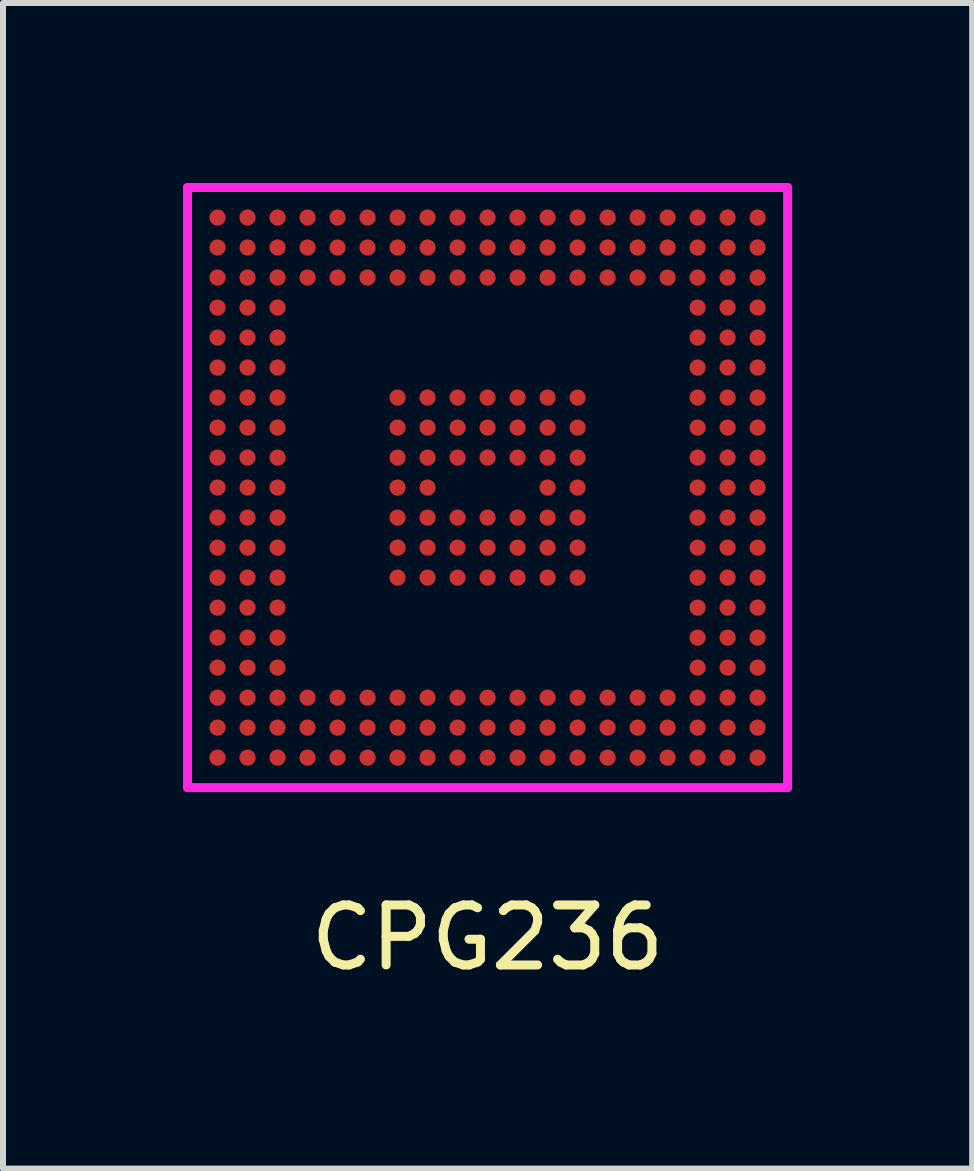
<source format=kicad_pcb>
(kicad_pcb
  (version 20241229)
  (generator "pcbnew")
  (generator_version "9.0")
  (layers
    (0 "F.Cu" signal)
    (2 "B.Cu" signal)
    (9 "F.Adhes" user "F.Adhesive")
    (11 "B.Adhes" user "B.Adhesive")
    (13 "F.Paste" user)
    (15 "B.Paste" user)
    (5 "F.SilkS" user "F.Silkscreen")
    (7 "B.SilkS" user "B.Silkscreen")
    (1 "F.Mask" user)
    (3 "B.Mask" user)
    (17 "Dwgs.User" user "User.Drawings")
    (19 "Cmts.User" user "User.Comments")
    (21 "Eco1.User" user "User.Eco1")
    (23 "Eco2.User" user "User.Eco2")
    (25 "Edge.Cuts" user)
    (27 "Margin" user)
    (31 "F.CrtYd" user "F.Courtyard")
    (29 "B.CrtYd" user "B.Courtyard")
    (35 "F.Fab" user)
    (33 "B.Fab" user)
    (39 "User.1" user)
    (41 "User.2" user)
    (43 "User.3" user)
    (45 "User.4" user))
  (footprint "CPG236"
    (layer "F.Cu")
    (at 5.075 5.075)
    (property "Reference" "CPG236" (at 0 7.5 0) (layer "F.SilkS") (effects (font (size 1 1) (thickness 0.15))))
    (attr through_hole)
    (fp_line (start -5 -5) (end 5 -5) (stroke (width 0.15) (type solid)) (layer "F.CrtYd"))
    (fp_line (start -5 5) (end -5 -5) (stroke (width 0.15) (type solid)) (layer "F.CrtYd"))
    (fp_line (start 5 -5) (end 5 5) (stroke (width 0.15) (type solid)) (layer "F.CrtYd"))
    (fp_line (start 5 5) (end -5 5) (stroke (width 0.15) (type solid)) (layer "F.CrtYd"))
    (pad "A1" smd circle (at -4.5 -4.5) (size 0.27 0.27) (layers "F.Cu" "F.Mask" "F.Paste"))
    (pad "A2" smd circle (at -4 -4.5) (size 0.27 0.27) (layers "F.Cu" "F.Mask" "F.Paste"))
    (pad "A3" smd circle (at -3.5 -4.5) (size 0.27 0.27) (layers "F.Cu" "F.Mask" "F.Paste"))
    (pad "A4" smd circle (at -3 -4.5) (size 0.27 0.27) (layers "F.Cu" "F.Mask" "F.Paste"))
    (pad "A5" smd circle (at -2.5 -4.5) (size 0.27 0.27) (layers "F.Cu" "F.Mask" "F.Paste"))
    (pad "A6" smd circle (at -2 -4.5) (size 0.27 0.27) (layers "F.Cu" "F.Mask" "F.Paste"))
    (pad "A7" smd circle (at -1.5 -4.5) (size 0.27 0.27) (layers "F.Cu" "F.Mask" "F.Paste"))
    (pad "A8" smd circle (at -1 -4.5) (size 0.27 0.27) (layers "F.Cu" "F.Mask" "F.Paste"))
    (pad "A9" smd circle (at -0.5 -4.5) (size 0.27 0.27) (layers "F.Cu" "F.Mask" "F.Paste"))
    (pad "A10" smd circle (at 0 -4.5) (size 0.27 0.27) (layers "F.Cu" "F.Mask" "F.Paste"))
    (pad "A11" smd circle (at 0.5 -4.5) (size 0.27 0.27) (layers "F.Cu" "F.Mask" "F.Paste"))
    (pad "A12" smd circle (at 1 -4.5) (size 0.27 0.27) (layers "F.Cu" "F.Mask" "F.Paste"))
    (pad "A13" smd circle (at 1.5 -4.5) (size 0.27 0.27) (layers "F.Cu" "F.Mask" "F.Paste"))
    (pad "A14" smd circle (at 2 -4.5) (size 0.27 0.27) (layers "F.Cu" "F.Mask" "F.Paste"))
    (pad "A15" smd circle (at 2.5 -4.5) (size 0.27 0.27) (layers "F.Cu" "F.Mask" "F.Paste"))
    (pad "A16" smd circle (at 3 -4.5) (size 0.27 0.27) (layers "F.Cu" "F.Mask" "F.Paste"))
    (pad "A17" smd circle (at 3.5 -4.5) (size 0.27 0.27) (layers "F.Cu" "F.Mask" "F.Paste"))
    (pad "A18" smd circle (at 4 -4.5) (size 0.27 0.27) (layers "F.Cu" "F.Mask" "F.Paste"))
    (pad "A19" smd circle (at 4.5 -4.5) (size 0.27 0.27) (layers "F.Cu" "F.Mask" "F.Paste"))
    (pad "B1" smd circle (at -4.5 -4) (size 0.27 0.27) (layers "F.Cu" "F.Mask" "F.Paste"))
    (pad "B2" smd circle (at -4 -4) (size 0.27 0.27) (layers "F.Cu" "F.Mask" "F.Paste"))
    (pad "B3" smd circle (at -3.5 -4) (size 0.27 0.27) (layers "F.Cu" "F.Mask" "F.Paste"))
    (pad "B4" smd circle (at -3 -4) (size 0.27 0.27) (layers "F.Cu" "F.Mask" "F.Paste"))
    (pad "B5" smd circle (at -2.5 -4) (size 0.27 0.27) (layers "F.Cu" "F.Mask" "F.Paste"))
    (pad "B6" smd circle (at -2 -4) (size 0.27 0.27) (layers "F.Cu" "F.Mask" "F.Paste"))
    (pad "B7" smd circle (at -1.5 -4) (size 0.27 0.27) (layers "F.Cu" "F.Mask" "F.Paste"))
    (pad "B8" smd circle (at -1 -4) (size 0.27 0.27) (layers "F.Cu" "F.Mask" "F.Paste"))
    (pad "B9" smd circle (at -0.5 -4) (size 0.27 0.27) (layers "F.Cu" "F.Mask" "F.Paste"))
    (pad "B10" smd circle (at 0 -4) (size 0.27 0.27) (layers "F.Cu" "F.Mask" "F.Paste"))
    (pad "B11" smd circle (at 0.5 -4) (size 0.27 0.27) (layers "F.Cu" "F.Mask" "F.Paste"))
    (pad "B12" smd circle (at 1 -4) (size 0.27 0.27) (layers "F.Cu" "F.Mask" "F.Paste"))
    (pad "B13" smd circle (at 1.5 -4) (size 0.27 0.27) (layers "F.Cu" "F.Mask" "F.Paste"))
    (pad "B14" smd circle (at 2 -4) (size 0.27 0.27) (layers "F.Cu" "F.Mask" "F.Paste"))
    (pad "B15" smd circle (at 2.5 -4) (size 0.27 0.27) (layers "F.Cu" "F.Mask" "F.Paste"))
    (pad "B16" smd circle (at 3 -4) (size 0.27 0.27) (layers "F.Cu" "F.Mask" "F.Paste"))
    (pad "B17" smd circle (at 3.5 -4) (size 0.27 0.27) (layers "F.Cu" "F.Mask" "F.Paste"))
    (pad "B18" smd circle (at 4 -4) (size 0.27 0.27) (layers "F.Cu" "F.Mask" "F.Paste"))
    (pad "B19" smd circle (at 4.5 -4) (size 0.27 0.27) (layers "F.Cu" "F.Mask" "F.Paste"))
    (pad "C1" smd circle (at -4.5 -3.5) (size 0.27 0.27) (layers "F.Cu" "F.Mask" "F.Paste"))
    (pad "C2" smd circle (at -4 -3.5) (size 0.27 0.27) (layers "F.Cu" "F.Mask" "F.Paste"))
    (pad "C3" smd circle (at -3.5 -3.5) (size 0.27 0.27) (layers "F.Cu" "F.Mask" "F.Paste"))
    (pad "C4" smd circle (at -3 -3.5) (size 0.27 0.27) (layers "F.Cu" "F.Mask" "F.Paste"))
    (pad "C5" smd circle (at -2.5 -3.5) (size 0.27 0.27) (layers "F.Cu" "F.Mask" "F.Paste"))
    (pad "C6" smd circle (at -2 -3.5) (size 0.27 0.27) (layers "F.Cu" "F.Mask" "F.Paste"))
    (pad "C7" smd circle (at -1.5 -3.5) (size 0.27 0.27) (layers "F.Cu" "F.Mask" "F.Paste"))
    (pad "C8" smd circle (at -1 -3.5) (size 0.27 0.27) (layers "F.Cu" "F.Mask" "F.Paste"))
    (pad "C9" smd circle (at -0.5 -3.5) (size 0.27 0.27) (layers "F.Cu" "F.Mask" "F.Paste"))
    (pad "C10" smd circle (at 0 -3.5) (size 0.27 0.27) (layers "F.Cu" "F.Mask" "F.Paste"))
    (pad "C11" smd circle (at 0.5 -3.5) (size 0.27 0.27) (layers "F.Cu" "F.Mask" "F.Paste"))
    (pad "C12" smd circle (at 1 -3.5) (size 0.27 0.27) (layers "F.Cu" "F.Mask" "F.Paste"))
    (pad "C13" smd circle (at 1.5 -3.5) (size 0.27 0.27) (layers "F.Cu" "F.Mask" "F.Paste"))
    (pad "C14" smd circle (at 2 -3.5) (size 0.27 0.27) (layers "F.Cu" "F.Mask" "F.Paste"))
    (pad "C15" smd circle (at 2.5 -3.5) (size 0.27 0.27) (layers "F.Cu" "F.Mask" "F.Paste"))
    (pad "C16" smd circle (at 3 -3.5) (size 0.27 0.27) (layers "F.Cu" "F.Mask" "F.Paste"))
    (pad "C17" smd circle (at 3.5 -3.5) (size 0.27 0.27) (layers "F.Cu" "F.Mask" "F.Paste"))
    (pad "C18" smd circle (at 4 -3.5) (size 0.27 0.27) (layers "F.Cu" "F.Mask" "F.Paste"))
    (pad "C19" smd circle (at 4.5 -3.5) (size 0.27 0.27) (layers "F.Cu" "F.Mask" "F.Paste"))
    (pad "D1" smd circle (at -4.5 -3) (size 0.27 0.27) (layers "F.Cu" "F.Mask" "F.Paste"))
    (pad "D2" smd circle (at -4 -3) (size 0.27 0.27) (layers "F.Cu" "F.Mask" "F.Paste"))
    (pad "D3" smd circle (at -3.5 -3) (size 0.27 0.27) (layers "F.Cu" "F.Mask" "F.Paste"))
    (pad "D17" smd circle (at 3.5 -3) (size 0.27 0.27) (layers "F.Cu" "F.Mask" "F.Paste"))
    (pad "D18" smd circle (at 4 -3) (size 0.27 0.27) (layers "F.Cu" "F.Mask" "F.Paste"))
    (pad "D19" smd circle (at 4.5 -3) (size 0.27 0.27) (layers "F.Cu" "F.Mask" "F.Paste"))
    (pad "E1" smd circle (at -4.5 -2.5) (size 0.27 0.27) (layers "F.Cu" "F.Mask" "F.Paste"))
    (pad "E2" smd circle (at -4 -2.5) (size 0.27 0.27) (layers "F.Cu" "F.Mask" "F.Paste"))
    (pad "E3" smd circle (at -3.5 -2.5) (size 0.27 0.27) (layers "F.Cu" "F.Mask" "F.Paste"))
    (pad "E17" smd circle (at 3.5 -2.5) (size 0.27 0.27) (layers "F.Cu" "F.Mask" "F.Paste"))
    (pad "E18" smd circle (at 4 -2.5) (size 0.27 0.27) (layers "F.Cu" "F.Mask" "F.Paste"))
    (pad "E19" smd circle (at 4.5 -2.5) (size 0.27 0.27) (layers "F.Cu" "F.Mask" "F.Paste"))
    (pad "F1" smd circle (at -4.5 -2) (size 0.27 0.27) (layers "F.Cu" "F.Mask" "F.Paste"))
    (pad "F2" smd circle (at -4 -2) (size 0.27 0.27) (layers "F.Cu" "F.Mask" "F.Paste"))
    (pad "F3" smd circle (at -3.5 -2) (size 0.27 0.27) (layers "F.Cu" "F.Mask" "F.Paste"))
    (pad "F17" smd circle (at 3.5 -2) (size 0.27 0.27) (layers "F.Cu" "F.Mask" "F.Paste"))
    (pad "F18" smd circle (at 4 -2) (size 0.27 0.27) (layers "F.Cu" "F.Mask" "F.Paste"))
    (pad "F19" smd circle (at 4.5 -2) (size 0.27 0.27) (layers "F.Cu" "F.Mask" "F.Paste"))
    (pad "G1" smd circle (at -4.5 -1.5) (size 0.27 0.27) (layers "F.Cu" "F.Mask" "F.Paste"))
    (pad "G2" smd circle (at -4 -1.5) (size 0.27 0.27) (layers "F.Cu" "F.Mask" "F.Paste"))
    (pad "G3" smd circle (at -3.5 -1.5) (size 0.27 0.27) (layers "F.Cu" "F.Mask" "F.Paste"))
    (pad "G7" smd circle (at -1.5 -1.5) (size 0.27 0.27) (layers "F.Cu" "F.Mask" "F.Paste"))
    (pad "G8" smd circle (at -1 -1.5) (size 0.27 0.27) (layers "F.Cu" "F.Mask" "F.Paste"))
    (pad "G9" smd circle (at -0.5 -1.5) (size 0.27 0.27) (layers "F.Cu" "F.Mask" "F.Paste"))
    (pad "G10" smd circle (at 0 -1.5) (size 0.27 0.27) (layers "F.Cu" "F.Mask" "F.Paste"))
    (pad "G11" smd circle (at 0.5 -1.5) (size 0.27 0.27) (layers "F.Cu" "F.Mask" "F.Paste"))
    (pad "G12" smd circle (at 1 -1.5) (size 0.27 0.27) (layers "F.Cu" "F.Mask" "F.Paste"))
    (pad "G13" smd circle (at 1.5 -1.5) (size 0.27 0.27) (layers "F.Cu" "F.Mask" "F.Paste"))
    (pad "G17" smd circle (at 3.5 -1.5) (size 0.27 0.27) (layers "F.Cu" "F.Mask" "F.Paste"))
    (pad "G18" smd circle (at 4 -1.5) (size 0.27 0.27) (layers "F.Cu" "F.Mask" "F.Paste"))
    (pad "G19" smd circle (at 4.5 -1.5) (size 0.27 0.27) (layers "F.Cu" "F.Mask" "F.Paste"))
    (pad "H1" smd circle (at -4.5 -1) (size 0.27 0.27) (layers "F.Cu" "F.Mask" "F.Paste"))
    (pad "H2" smd circle (at -4 -1) (size 0.27 0.27) (layers "F.Cu" "F.Mask" "F.Paste"))
    (pad "H3" smd circle (at -3.5 -1) (size 0.27 0.27) (layers "F.Cu" "F.Mask" "F.Paste"))
    (pad "H7" smd circle (at -1.5 -1) (size 0.27 0.27) (layers "F.Cu" "F.Mask" "F.Paste"))
    (pad "H8" smd circle (at -1 -1) (size 0.27 0.27) (layers "F.Cu" "F.Mask" "F.Paste"))
    (pad "H9" smd circle (at -0.5 -1) (size 0.27 0.27) (layers "F.Cu" "F.Mask" "F.Paste"))
    (pad "H10" smd circle (at 0 -1) (size 0.27 0.27) (layers "F.Cu" "F.Mask" "F.Paste"))
    (pad "H11" smd circle (at 0.5 -1) (size 0.27 0.27) (layers "F.Cu" "F.Mask" "F.Paste"))
    (pad "H12" smd circle (at 1 -1) (size 0.27 0.27) (layers "F.Cu" "F.Mask" "F.Paste"))
    (pad "H13" smd circle (at 1.5 -1) (size 0.27 0.27) (layers "F.Cu" "F.Mask" "F.Paste"))
    (pad "H17" smd circle (at 3.5 -1) (size 0.27 0.27) (layers "F.Cu" "F.Mask" "F.Paste"))
    (pad "H18" smd circle (at 4 -1) (size 0.27 0.27) (layers "F.Cu" "F.Mask" "F.Paste"))
    (pad "H19" smd circle (at 4.5 -1) (size 0.27 0.27) (layers "F.Cu" "F.Mask" "F.Paste"))
    (pad "J1" smd circle (at -4.5 -0.5) (size 0.27 0.27) (layers "F.Cu" "F.Mask" "F.Paste"))
    (pad "J2" smd circle (at -4 -0.5) (size 0.27 0.27) (layers "F.Cu" "F.Mask" "F.Paste"))
    (pad "J3" smd circle (at -3.5 -0.5) (size 0.27 0.27) (layers "F.Cu" "F.Mask" "F.Paste"))
    (pad "J7" smd circle (at -1.5 -0.5) (size 0.27 0.27) (layers "F.Cu" "F.Mask" "F.Paste"))
    (pad "J8" smd circle (at -1 -0.5) (size 0.27 0.27) (layers "F.Cu" "F.Mask" "F.Paste"))
    (pad "J9" smd circle (at -0.5 -0.5) (size 0.27 0.27) (layers "F.Cu" "F.Mask" "F.Paste"))
    (pad "J10" smd circle (at 0 -0.5) (size 0.27 0.27) (layers "F.Cu" "F.Mask" "F.Paste"))
    (pad "J11" smd circle (at 0.5 -0.5) (size 0.27 0.27) (layers "F.Cu" "F.Mask" "F.Paste"))
    (pad "J12" smd circle (at 1 -0.5) (size 0.27 0.27) (layers "F.Cu" "F.Mask" "F.Paste"))
    (pad "J13" smd circle (at 1.5 -0.5) (size 0.27 0.27) (layers "F.Cu" "F.Mask" "F.Paste"))
    (pad "J17" smd circle (at 3.5 -0.5) (size 0.27 0.27) (layers "F.Cu" "F.Mask" "F.Paste"))
    (pad "J18" smd circle (at 4 -0.5) (size 0.27 0.27) (layers "F.Cu" "F.Mask" "F.Paste"))
    (pad "J19" smd circle (at 4.5 -0.5) (size 0.27 0.27) (layers "F.Cu" "F.Mask" "F.Paste"))
    (pad "K1" smd circle (at -4.5 0) (size 0.27 0.27) (layers "F.Cu" "F.Mask" "F.Paste"))
    (pad "K2" smd circle (at -4 0) (size 0.27 0.27) (layers "F.Cu" "F.Mask" "F.Paste"))
    (pad "K3" smd circle (at -3.5 0) (size 0.27 0.27) (layers "F.Cu" "F.Mask" "F.Paste"))
    (pad "K7" smd circle (at -1.5 0) (size 0.27 0.27) (layers "F.Cu" "F.Mask" "F.Paste"))
    (pad "K8" smd circle (at -1 0) (size 0.27 0.27) (layers "F.Cu" "F.Mask" "F.Paste"))
    (pad "K12" smd circle (at 1 0) (size 0.27 0.27) (layers "F.Cu" "F.Mask" "F.Paste"))
    (pad "K13" smd circle (at 1.5 0) (size 0.27 0.27) (layers "F.Cu" "F.Mask" "F.Paste"))
    (pad "K17" smd circle (at 3.5 0) (size 0.27 0.27) (layers "F.Cu" "F.Mask" "F.Paste"))
    (pad "K18" smd circle (at 4 0) (size 0.27 0.27) (layers "F.Cu" "F.Mask" "F.Paste"))
    (pad "K19" smd circle (at 4.5 0) (size 0.27 0.27) (layers "F.Cu" "F.Mask" "F.Paste"))
    (pad "L1" smd circle (at -4.5 0.5) (size 0.27 0.27) (layers "F.Cu" "F.Mask" "F.Paste"))
    (pad "L2" smd circle (at -4 0.5) (size 0.27 0.27) (layers "F.Cu" "F.Mask" "F.Paste"))
    (pad "L3" smd circle (at -3.5 0.5) (size 0.27 0.27) (layers "F.Cu" "F.Mask" "F.Paste"))
    (pad "L7" smd circle (at -1.5 0.5) (size 0.27 0.27) (layers "F.Cu" "F.Mask" "F.Paste"))
    (pad "L8" smd circle (at -1 0.5) (size 0.27 0.27) (layers "F.Cu" "F.Mask" "F.Paste"))
    (pad "L9" smd circle (at -0.5 0.5) (size 0.27 0.27) (layers "F.Cu" "F.Mask" "F.Paste"))
    (pad "L10" smd circle (at 0 0.5) (size 0.27 0.27) (layers "F.Cu" "F.Mask" "F.Paste"))
    (pad "L11" smd circle (at 0.5 0.5) (size 0.27 0.27) (layers "F.Cu" "F.Mask" "F.Paste"))
    (pad "L12" smd circle (at 1 0.5) (size 0.27 0.27) (layers "F.Cu" "F.Mask" "F.Paste"))
    (pad "L13" smd circle (at 1.5 0.5) (size 0.27 0.27) (layers "F.Cu" "F.Mask" "F.Paste"))
    (pad "L17" smd circle (at 3.5 0.5) (size 0.27 0.27) (layers "F.Cu" "F.Mask" "F.Paste"))
    (pad "L18" smd circle (at 4 0.5) (size 0.27 0.27) (layers "F.Cu" "F.Mask" "F.Paste"))
    (pad "L19" smd circle (at 4.5 0.5) (size 0.27 0.27) (layers "F.Cu" "F.Mask" "F.Paste"))
    (pad "M1" smd circle (at -4.5 1) (size 0.27 0.27) (layers "F.Cu" "F.Mask" "F.Paste"))
    (pad "M2" smd circle (at -4 1) (size 0.27 0.27) (layers "F.Cu" "F.Mask" "F.Paste"))
    (pad "M3" smd circle (at -3.5 1) (size 0.27 0.27) (layers "F.Cu" "F.Mask" "F.Paste"))
    (pad "M7" smd circle (at -1.5 1) (size 0.27 0.27) (layers "F.Cu" "F.Mask" "F.Paste"))
    (pad "M8" smd circle (at -1 1) (size 0.27 0.27) (layers "F.Cu" "F.Mask" "F.Paste"))
    (pad "M9" smd circle (at -0.5 1) (size 0.27 0.27) (layers "F.Cu" "F.Mask" "F.Paste"))
    (pad "M10" smd circle (at 0 1) (size 0.27 0.27) (layers "F.Cu" "F.Mask" "F.Paste"))
    (pad "M11" smd circle (at 0.5 1) (size 0.27 0.27) (layers "F.Cu" "F.Mask" "F.Paste"))
    (pad "M12" smd circle (at 1 1) (size 0.27 0.27) (layers "F.Cu" "F.Mask" "F.Paste"))
    (pad "M13" smd circle (at 1.5 1) (size 0.27 0.27) (layers "F.Cu" "F.Mask" "F.Paste"))
    (pad "M17" smd circle (at 3.5 1) (size 0.27 0.27) (layers "F.Cu" "F.Mask" "F.Paste"))
    (pad "M18" smd circle (at 4 1) (size 0.27 0.27) (layers "F.Cu" "F.Mask" "F.Paste"))
    (pad "M19" smd circle (at 4.5 1) (size 0.27 0.27) (layers "F.Cu" "F.Mask" "F.Paste"))
    (pad "N1" smd circle (at -4.5 1.5) (size 0.27 0.27) (layers "F.Cu" "F.Mask" "F.Paste"))
    (pad "N2" smd circle (at -4 1.5) (size 0.27 0.27) (layers "F.Cu" "F.Mask" "F.Paste"))
    (pad "N3" smd circle (at -3.5 1.5) (size 0.27 0.27) (layers "F.Cu" "F.Mask" "F.Paste"))
    (pad "N7" smd circle (at -1.5 1.5) (size 0.27 0.27) (layers "F.Cu" "F.Mask" "F.Paste"))
    (pad "N8" smd circle (at -1 1.5) (size 0.27 0.27) (layers "F.Cu" "F.Mask" "F.Paste"))
    (pad "N9" smd circle (at -0.5 1.5) (size 0.27 0.27) (layers "F.Cu" "F.Mask" "F.Paste"))
    (pad "N10" smd circle (at 0 1.5) (size 0.27 0.27) (layers "F.Cu" "F.Mask" "F.Paste"))
    (pad "N11" smd circle (at 0.5 1.5) (size 0.27 0.27) (layers "F.Cu" "F.Mask" "F.Paste"))
    (pad "N12" smd circle (at 1 1.5) (size 0.27 0.27) (layers "F.Cu" "F.Mask" "F.Paste"))
    (pad "N13" smd circle (at 1.5 1.5) (size 0.27 0.27) (layers "F.Cu" "F.Mask" "F.Paste"))
    (pad "N17" smd circle (at 3.5 1.5) (size 0.27 0.27) (layers "F.Cu" "F.Mask" "F.Paste"))
    (pad "N18" smd circle (at 4 1.5) (size 0.27 0.27) (layers "F.Cu" "F.Mask" "F.Paste"))
    (pad "N19" smd circle (at 4.5 1.5) (size 0.27 0.27) (layers "F.Cu" "F.Mask" "F.Paste"))
    (pad "P1" smd circle (at -4.5 2) (size 0.27 0.27) (layers "F.Cu" "F.Mask" "F.Paste"))
    (pad "P2" smd circle (at -4 2) (size 0.27 0.27) (layers "F.Cu" "F.Mask" "F.Paste"))
    (pad "P3" smd circle (at -3.5 2) (size 0.27 0.27) (layers "F.Cu" "F.Mask" "F.Paste"))
    (pad "P17" smd circle (at 3.5 2) (size 0.27 0.27) (layers "F.Cu" "F.Mask" "F.Paste"))
    (pad "P18" smd circle (at 4 2) (size 0.27 0.27) (layers "F.Cu" "F.Mask" "F.Paste"))
    (pad "P19" smd circle (at 4.5 2) (size 0.27 0.27) (layers "F.Cu" "F.Mask" "F.Paste"))
    (pad "R1" smd circle (at -4.5 2.5) (size 0.27 0.27) (layers "F.Cu" "F.Mask" "F.Paste"))
    (pad "R2" smd circle (at -4 2.5) (size 0.27 0.27) (layers "F.Cu" "F.Mask" "F.Paste"))
    (pad "R3" smd circle (at -3.5 2.5) (size 0.27 0.27) (layers "F.Cu" "F.Mask" "F.Paste"))
    (pad "R17" smd circle (at 3.5 2.5) (size 0.27 0.27) (layers "F.Cu" "F.Mask" "F.Paste"))
    (pad "R18" smd circle (at 4 2.5) (size 0.27 0.27) (layers "F.Cu" "F.Mask" "F.Paste"))
    (pad "R19" smd circle (at 4.5 2.5) (size 0.27 0.27) (layers "F.Cu" "F.Mask" "F.Paste"))
    (pad "T1" smd circle (at -4.5 3) (size 0.27 0.27) (layers "F.Cu" "F.Mask" "F.Paste"))
    (pad "T2" smd circle (at -4 3) (size 0.27 0.27) (layers "F.Cu" "F.Mask" "F.Paste"))
    (pad "T3" smd circle (at -3.5 3) (size 0.27 0.27) (layers "F.Cu" "F.Mask" "F.Paste"))
    (pad "T17" smd circle (at 3.5 3) (size 0.27 0.27) (layers "F.Cu" "F.Mask" "F.Paste"))
    (pad "T18" smd circle (at 4 3) (size 0.27 0.27) (layers "F.Cu" "F.Mask" "F.Paste"))
    (pad "T19" smd circle (at 4.5 3) (size 0.27 0.27) (layers "F.Cu" "F.Mask" "F.Paste"))
    (pad "U1" smd circle (at -4.5 3.5) (size 0.27 0.27) (layers "F.Cu" "F.Mask" "F.Paste"))
    (pad "U2" smd circle (at -4 3.5) (size 0.27 0.27) (layers "F.Cu" "F.Mask" "F.Paste"))
    (pad "U3" smd circle (at -3.5 3.5) (size 0.27 0.27) (layers "F.Cu" "F.Mask" "F.Paste"))
    (pad "U4" smd circle (at -3 3.5) (size 0.27 0.27) (layers "F.Cu" "F.Mask" "F.Paste"))
    (pad "U5" smd circle (at -2.5 3.5) (size 0.27 0.27) (layers "F.Cu" "F.Mask" "F.Paste"))
    (pad "U6" smd circle (at -2 3.5) (size 0.27 0.27) (layers "F.Cu" "F.Mask" "F.Paste"))
    (pad "U7" smd circle (at -1.5 3.5) (size 0.27 0.27) (layers "F.Cu" "F.Mask" "F.Paste"))
    (pad "U8" smd circle (at -1 3.5) (size 0.27 0.27) (layers "F.Cu" "F.Mask" "F.Paste"))
    (pad "U9" smd circle (at -0.5 3.5) (size 0.27 0.27) (layers "F.Cu" "F.Mask" "F.Paste"))
    (pad "U10" smd circle (at 0 3.5) (size 0.27 0.27) (layers "F.Cu" "F.Mask" "F.Paste"))
    (pad "U11" smd circle (at 0.5 3.5) (size 0.27 0.27) (layers "F.Cu" "F.Mask" "F.Paste"))
    (pad "U12" smd circle (at 1 3.5) (size 0.27 0.27) (layers "F.Cu" "F.Mask" "F.Paste"))
    (pad "U13" smd circle (at 1.5 3.5) (size 0.27 0.27) (layers "F.Cu" "F.Mask" "F.Paste"))
    (pad "U14" smd circle (at 2 3.5) (size 0.27 0.27) (layers "F.Cu" "F.Mask" "F.Paste"))
    (pad "U15" smd circle (at 2.5 3.5) (size 0.27 0.27) (layers "F.Cu" "F.Mask" "F.Paste"))
    (pad "U16" smd circle (at 3 3.5) (size 0.27 0.27) (layers "F.Cu" "F.Mask" "F.Paste"))
    (pad "U17" smd circle (at 3.5 3.5) (size 0.27 0.27) (layers "F.Cu" "F.Mask" "F.Paste"))
    (pad "U18" smd circle (at 4 3.5) (size 0.27 0.27) (layers "F.Cu" "F.Mask" "F.Paste"))
    (pad "U19" smd circle (at 4.5 3.5) (size 0.27 0.27) (layers "F.Cu" "F.Mask" "F.Paste"))
    (pad "V1" smd circle (at -4.5 4) (size 0.27 0.27) (layers "F.Cu" "F.Mask" "F.Paste"))
    (pad "V2" smd circle (at -4 4) (size 0.27 0.27) (layers "F.Cu" "F.Mask" "F.Paste"))
    (pad "V3" smd circle (at -3.5 4) (size 0.27 0.27) (layers "F.Cu" "F.Mask" "F.Paste"))
    (pad "V4" smd circle (at -3 4) (size 0.27 0.27) (layers "F.Cu" "F.Mask" "F.Paste"))
    (pad "V5" smd circle (at -2.5 4) (size 0.27 0.27) (layers "F.Cu" "F.Mask" "F.Paste"))
    (pad "V6" smd circle (at -2 4) (size 0.27 0.27) (layers "F.Cu" "F.Mask" "F.Paste"))
    (pad "V7" smd circle (at -1.5 4) (size 0.27 0.27) (layers "F.Cu" "F.Mask" "F.Paste"))
    (pad "V8" smd circle (at -1 4) (size 0.27 0.27) (layers "F.Cu" "F.Mask" "F.Paste"))
    (pad "V9" smd circle (at -0.5 4) (size 0.27 0.27) (layers "F.Cu" "F.Mask" "F.Paste"))
    (pad "V10" smd circle (at 0 4) (size 0.27 0.27) (layers "F.Cu" "F.Mask" "F.Paste"))
    (pad "V11" smd circle (at 0.5 4) (size 0.27 0.27) (layers "F.Cu" "F.Mask" "F.Paste"))
    (pad "V12" smd circle (at 1 4) (size 0.27 0.27) (layers "F.Cu" "F.Mask" "F.Paste"))
    (pad "V13" smd circle (at 1.5 4) (size 0.27 0.27) (layers "F.Cu" "F.Mask" "F.Paste"))
    (pad "V14" smd circle (at 2 4) (size 0.27 0.27) (layers "F.Cu" "F.Mask" "F.Paste"))
    (pad "V15" smd circle (at 2.5 4) (size 0.27 0.27) (layers "F.Cu" "F.Mask" "F.Paste"))
    (pad "V16" smd circle (at 3 4) (size 0.27 0.27) (layers "F.Cu" "F.Mask" "F.Paste"))
    (pad "V17" smd circle (at 3.5 4) (size 0.27 0.27) (layers "F.Cu" "F.Mask" "F.Paste"))
    (pad "V18" smd circle (at 4 4) (size 0.27 0.27) (layers "F.Cu" "F.Mask" "F.Paste"))
    (pad "V19" smd circle (at 4.5 4) (size 0.27 0.27) (layers "F.Cu" "F.Mask" "F.Paste"))
    (pad "W1" smd circle (at -4.5 4.5) (size 0.27 0.27) (layers "F.Cu" "F.Mask" "F.Paste"))
    (pad "W2" smd circle (at -4 4.5) (size 0.27 0.27) (layers "F.Cu" "F.Mask" "F.Paste"))
    (pad "W3" smd circle (at -3.5 4.5) (size 0.27 0.27) (layers "F.Cu" "F.Mask" "F.Paste"))
    (pad "W4" smd circle (at -3 4.5) (size 0.27 0.27) (layers "F.Cu" "F.Mask" "F.Paste"))
    (pad "W5" smd circle (at -2.5 4.5) (size 0.27 0.27) (layers "F.Cu" "F.Mask" "F.Paste"))
    (pad "W6" smd circle (at -2 4.5) (size 0.27 0.27) (layers "F.Cu" "F.Mask" "F.Paste"))
    (pad "W7" smd circle (at -1.5 4.5) (size 0.27 0.27) (layers "F.Cu" "F.Mask" "F.Paste"))
    (pad "W8" smd circle (at -1 4.5) (size 0.27 0.27) (layers "F.Cu" "F.Mask" "F.Paste"))
    (pad "W9" smd circle (at -0.5 4.5) (size 0.27 0.27) (layers "F.Cu" "F.Mask" "F.Paste"))
    (pad "W10" smd circle (at 0 4.5) (size 0.27 0.27) (layers "F.Cu" "F.Mask" "F.Paste"))
    (pad "W11" smd circle (at 0.5 4.5) (size 0.27 0.27) (layers "F.Cu" "F.Mask" "F.Paste"))
    (pad "W12" smd circle (at 1 4.5) (size 0.27 0.27) (layers "F.Cu" "F.Mask" "F.Paste"))
    (pad "W13" smd circle (at 1.5 4.5) (size 0.27 0.27) (layers "F.Cu" "F.Mask" "F.Paste"))
    (pad "W14" smd circle (at 2 4.5) (size 0.27 0.27) (layers "F.Cu" "F.Mask" "F.Paste"))
    (pad "W15" smd circle (at 2.5 4.5) (size 0.27 0.27) (layers "F.Cu" "F.Mask" "F.Paste"))
    (pad "W16" smd circle (at 3 4.5) (size 0.27 0.27) (layers "F.Cu" "F.Mask" "F.Paste"))
    (pad "W17" smd circle (at 3.5 4.5) (size 0.27 0.27) (layers "F.Cu" "F.Mask" "F.Paste"))
    (pad "W18" smd circle (at 4 4.5) (size 0.27 0.27) (layers "F.Cu" "F.Mask" "F.Paste"))
    (pad "W19" smd circle (at 4.5 4.5) (size 0.27 0.27) (layers "F.Cu" "F.Mask" "F.Paste")))
  (gr_rect
    (start -3 -3)
    (end 13.15 16.423)
    (stroke (width 0.1) (type default))
    (fill no)
    (layer "Edge.Cuts")))
</source>
